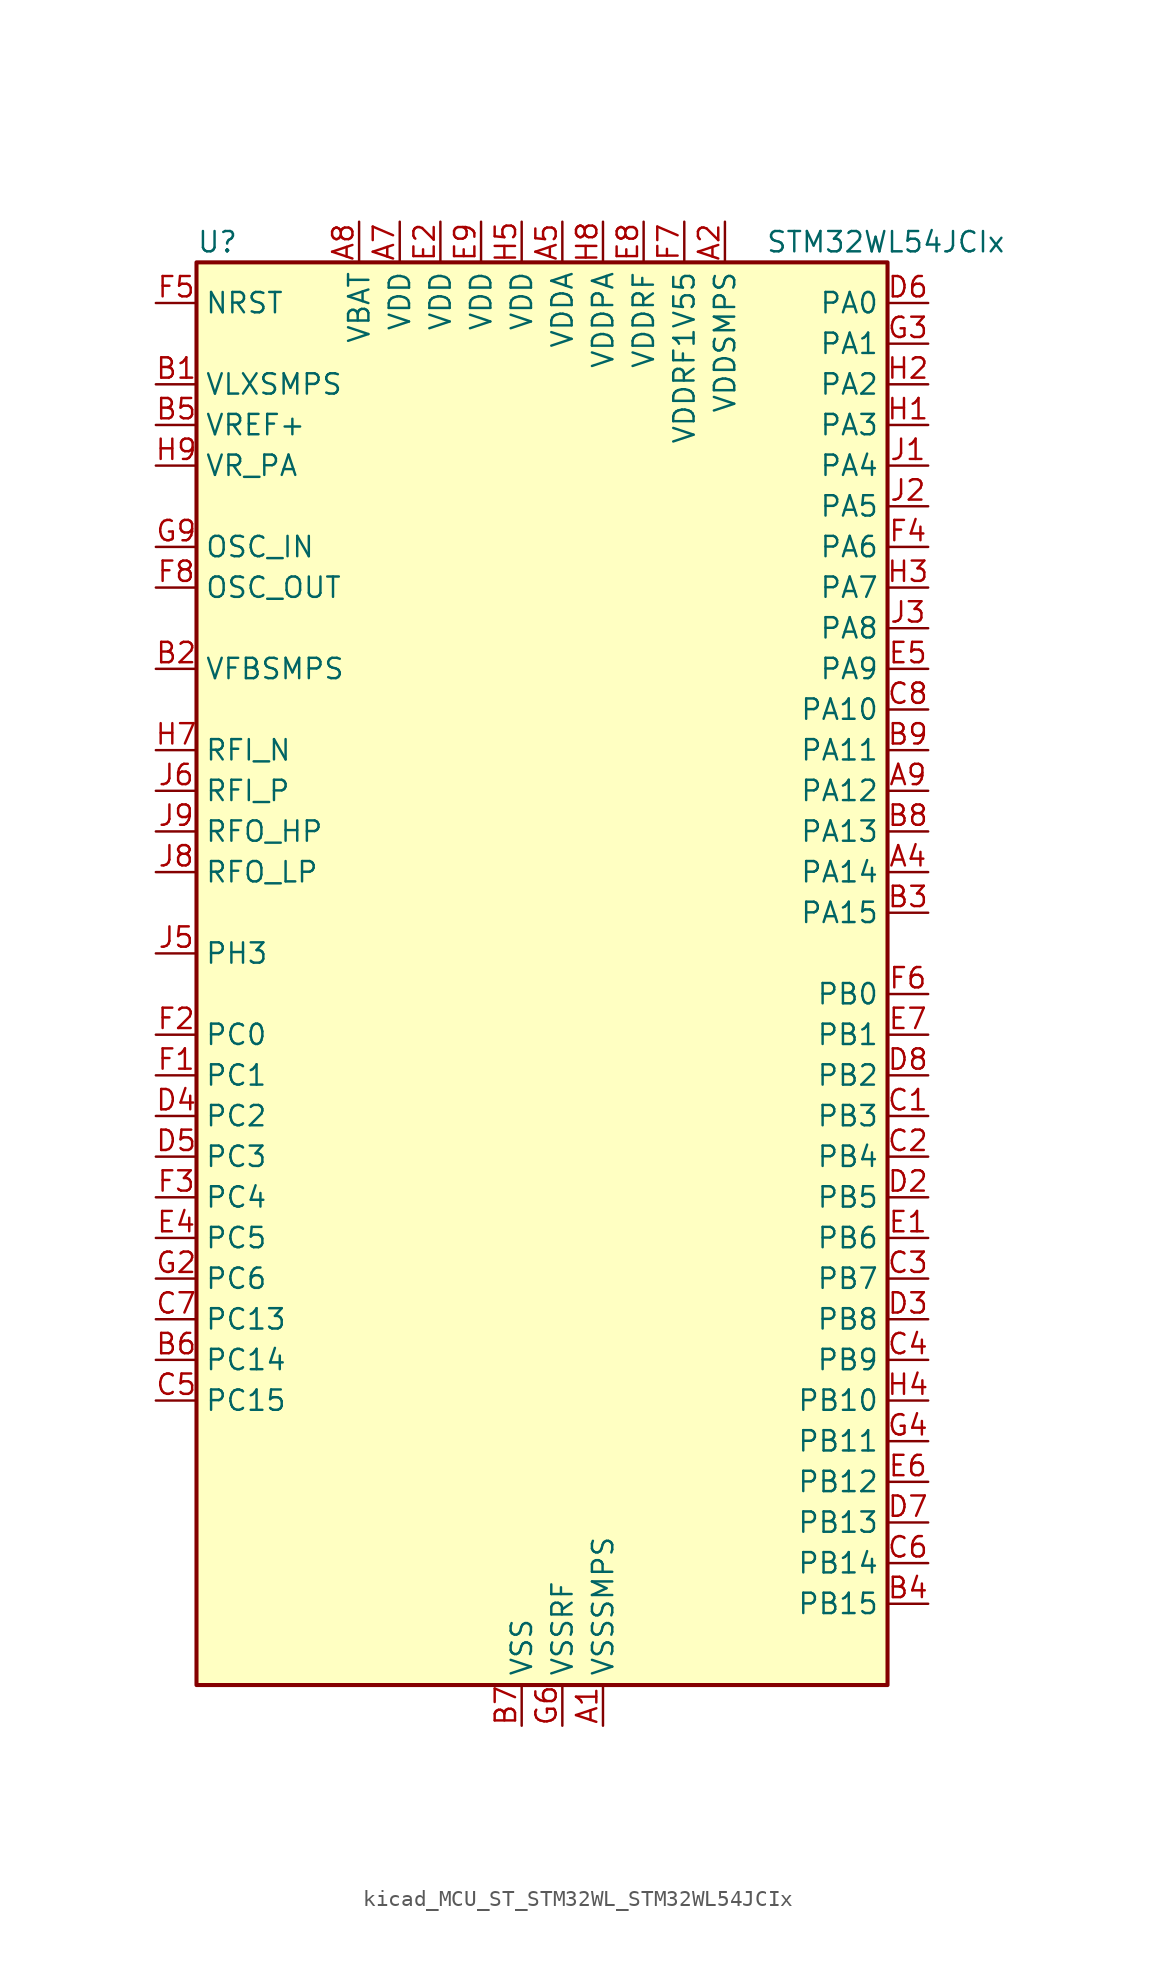
<source format=kicad_sym>
(kicad_symbol_lib
  (version 20220914)
  (generator kicad_symbol_editor)
  (symbol "kicad_MCU_ST_STM32WL_STM32WL54JCIx"
    (property "Reference" "U"
      (at -20.32 46.99 0)
      (effects (font (size 1.27 1.27)) (justify left)))
    (property "Value" "STM32WL54JCIx"
      (at 15.24 46.99 0)
      (effects (font (size 1.27 1.27)) (justify left)))
    (property "ki_locked" ""
      (at 0 0 0)
      (effects (font (size 1.27 1.27))))
    (symbol "kicad_MCU_ST_STM32WL_STM32WL54JCIx_0_1"
      (rectangle (start -20.32 -43.18) (end 22.86 45.72) (stroke (width 0.254) (type default)) (fill (type background))))
    (symbol "kicad_MCU_ST_STM32WL_STM32WL54JCIx_1_1"
      (pin power_in line (at 5.08 -45.72 90) (length 2.54) (name "VSSSMPS" (effects (font (size 1.27 1.27)))) (number "A1" (effects (font (size 1.27 1.27)))))
      (pin power_in line (at 12.7 48.26 270) (length 2.54) (name "VDDSMPS" (effects (font (size 1.27 1.27)))) (number "A2" (effects (font (size 1.27 1.27)))))
      (pin bidirectional line (at 25.4 7.62 180) (length 2.54) (name "PA14" (effects (font (size 1.27 1.27)))) (number "A4" (effects (font (size 1.27 1.27)))) (alternate "ADC_IN10" bidirectional line) (alternate "DEBUG_JTCK-SWCLK" bidirectional line) (alternate "I2C1_SMBA" bidirectional line) (alternate "LPTIM1_OUT" bidirectional line))
      (pin power_in line (at 2.54 48.26 270) (length 2.54) (name "VDDA" (effects (font (size 1.27 1.27)))) (number "A5" (effects (font (size 1.27 1.27)))))
      (pin power_in line (at -7.62 48.26 270) (length 2.54) (name "VDD" (effects (font (size 1.27 1.27)))) (number "A7" (effects (font (size 1.27 1.27)))))
      (pin power_in line (at -10.16 48.26 270) (length 2.54) (name "VBAT" (effects (font (size 1.27 1.27)))) (number "A8" (effects (font (size 1.27 1.27)))))
      (pin bidirectional line (at 25.4 12.7 180) (length 2.54) (name "PA12" (effects (font (size 1.27 1.27)))) (number "A9" (effects (font (size 1.27 1.27)))) (alternate "ADC_IN8" bidirectional line) (alternate "DEBUG_RF-BUSY" bidirectional line) (alternate "I2C2_SCL" bidirectional line) (alternate "LPTIM3_IN1" bidirectional line) (alternate "SPI1_MOSI" bidirectional line) (alternate "TIM1_ETR" bidirectional line) (alternate "USART1_DE" bidirectional line) (alternate "USART1_RTS" bidirectional line))
      (pin power_in line (at -22.86 38.1 0) (length 2.54) (name "VLXSMPS" (effects (font (size 1.27 1.27)))) (number "B1" (effects (font (size 1.27 1.27)))))
      (pin input line (at -22.86 20.32 0) (length 2.54) (name "VFBSMPS" (effects (font (size 1.27 1.27)))) (number "B2" (effects (font (size 1.27 1.27)))))
      (pin bidirectional line (at 25.4 5.08 180) (length 2.54) (name "PA15" (effects (font (size 1.27 1.27)))) (number "B3" (effects (font (size 1.27 1.27)))) (alternate "ADC_IN11" bidirectional line) (alternate "COMP1_INM" bidirectional line) (alternate "COMP2_INP" bidirectional line) (alternate "DEBUG_JTDI" bidirectional line) (alternate "I2C2_SDA" bidirectional line) (alternate "SPI1_NSS" bidirectional line) (alternate "TIM2_CH1" bidirectional line) (alternate "TIM2_ETR" bidirectional line))
      (pin bidirectional line (at 25.4 -38.1 180) (length 2.54) (name "PB15" (effects (font (size 1.27 1.27)))) (number "B4" (effects (font (size 1.27 1.27)))) (alternate "I2C2_SCL" bidirectional line) (alternate "I2S2_SD" bidirectional line) (alternate "SPI2_MOSI" bidirectional line) (alternate "TIM1_CH3N" bidirectional line))
      (pin input line (at -22.86 35.56 0) (length 2.54) (name "VREF+" (effects (font (size 1.27 1.27)))) (number "B5" (effects (font (size 1.27 1.27)))) (alternate "VREFBUF_OUT" bidirectional line))
      (pin bidirectional line (at -22.86 -22.86 0) (length 2.54) (name "PC14" (effects (font (size 1.27 1.27)))) (number "B6" (effects (font (size 1.27 1.27)))) (alternate "RCC_OSC32_IN" bidirectional line))
      (pin power_in line (at 0 -45.72 90) (length 2.54) (name "VSS" (effects (font (size 1.27 1.27)))) (number "B7" (effects (font (size 1.27 1.27)))))
      (pin bidirectional line (at 25.4 10.16 180) (length 2.54) (name "PA13" (effects (font (size 1.27 1.27)))) (number "B8" (effects (font (size 1.27 1.27)))) (alternate "ADC_IN9" bidirectional line) (alternate "DEBUG_JTMS-SWDIO" bidirectional line) (alternate "I2C2_SMBA" bidirectional line) (alternate "IR_OUT" bidirectional line))
      (pin bidirectional line (at 25.4 15.24 180) (length 2.54) (name "PA11" (effects (font (size 1.27 1.27)))) (number "B9" (effects (font (size 1.27 1.27)))) (alternate "ADC_EXTI11" bidirectional line) (alternate "ADC_IN7" bidirectional line) (alternate "COMP1_INM" bidirectional line) (alternate "COMP2_INM" bidirectional line) (alternate "DEBUG_RF-NRESET" bidirectional line) (alternate "I2C2_SDA" bidirectional line) (alternate "LPTIM3_ETR" bidirectional line) (alternate "SPI1_MISO" bidirectional line) (alternate "TIM1_BKIN2" bidirectional line) (alternate "TIM1_CH4" bidirectional line) (alternate "USART1_CTS" bidirectional line) (alternate "USART1_NSS" bidirectional line))
      (pin bidirectional line (at 25.4 -7.62 180) (length 2.54) (name "PB3" (effects (font (size 1.27 1.27)))) (number "C1" (effects (font (size 1.27 1.27)))) (alternate "ADC_IN2" bidirectional line) (alternate "COMP1_INM" bidirectional line) (alternate "COMP2_INM" bidirectional line) (alternate "DEBUG_JTDO-SWO" bidirectional line) (alternate "DEBUG_RF-DTB1" bidirectional line) (alternate "PWR_WKUP3" bidirectional line) (alternate "RTC_TAMP_IN3" bidirectional line) (alternate "SPI1_SCK" bidirectional line) (alternate "TIM2_CH2" bidirectional line) (alternate "USART1_DE" bidirectional line) (alternate "USART1_RTS" bidirectional line))
      (pin bidirectional line (at 25.4 -10.16 180) (length 2.54) (name "PB4" (effects (font (size 1.27 1.27)))) (number "C2" (effects (font (size 1.27 1.27)))) (alternate "ADC_IN3" bidirectional line) (alternate "COMP1_INP" bidirectional line) (alternate "COMP2_INP" bidirectional line) (alternate "DEBUG_JTRST" bidirectional line) (alternate "DEBUG_RF-LDORDY" bidirectional line) (alternate "I2C3_SDA" bidirectional line) (alternate "SPI1_MISO" bidirectional line) (alternate "TIM17_BKIN" bidirectional line) (alternate "USART1_CTS" bidirectional line) (alternate "USART1_NSS" bidirectional line))
      (pin bidirectional line (at 25.4 -17.78 180) (length 2.54) (name "PB7" (effects (font (size 1.27 1.27)))) (number "C3" (effects (font (size 1.27 1.27)))) (alternate "I2C1_SDA" bidirectional line) (alternate "LPTIM1_IN2" bidirectional line) (alternate "PWR_PVD_IN" bidirectional line) (alternate "TIM17_CH1N" bidirectional line) (alternate "TIM1_BKIN" bidirectional line) (alternate "USART1_RX" bidirectional line))
      (pin bidirectional line (at 25.4 -22.86 180) (length 2.54) (name "PB9" (effects (font (size 1.27 1.27)))) (number "C4" (effects (font (size 1.27 1.27)))) (alternate "DAC_EXTI9" bidirectional line) (alternate "I2C1_SDA" bidirectional line) (alternate "I2S2_WS" bidirectional line) (alternate "IR_OUT" bidirectional line) (alternate "SPI2_NSS" bidirectional line) (alternate "TIM17_CH1" bidirectional line) (alternate "TIM1_CH3N" bidirectional line))
      (pin bidirectional line (at -22.86 -25.4 0) (length 2.54) (name "PC15" (effects (font (size 1.27 1.27)))) (number "C5" (effects (font (size 1.27 1.27)))) (alternate "RCC_OSC32_OUT" bidirectional line))
      (pin bidirectional line (at 25.4 -35.56 180) (length 2.54) (name "PB14" (effects (font (size 1.27 1.27)))) (number "C6" (effects (font (size 1.27 1.27)))) (alternate "ADC_IN1" bidirectional line) (alternate "I2C3_SDA" bidirectional line) (alternate "I2S2_MCK" bidirectional line) (alternate "SPI2_MISO" bidirectional line) (alternate "TIM1_CH2N" bidirectional line))
      (pin bidirectional line (at -22.86 -20.32 0) (length 2.54) (name "PC13" (effects (font (size 1.27 1.27)))) (number "C7" (effects (font (size 1.27 1.27)))) (alternate "PWR_WKUP2" bidirectional line) (alternate "RTC_OUT1" bidirectional line) (alternate "RTC_TAMP_IN1" bidirectional line) (alternate "RTC_TS" bidirectional line))
      (pin bidirectional line (at 25.4 17.78 180) (length 2.54) (name "PA10" (effects (font (size 1.27 1.27)))) (number "C8" (effects (font (size 1.27 1.27)))) (alternate "ADC_IN6" bidirectional line) (alternate "COMP1_INM" bidirectional line) (alternate "COMP2_INM" bidirectional line) (alternate "DAC_OUT1" bidirectional line) (alternate "DEBUG_RF-HSE32RDY" bidirectional line) (alternate "I2C1_SDA" bidirectional line) (alternate "I2S2_SD" bidirectional line) (alternate "RTC_REFIN" bidirectional line) (alternate "SPI2_MOSI" bidirectional line) (alternate "TIM17_BKIN" bidirectional line) (alternate "TIM1_CH3" bidirectional line) (alternate "USART1_RX" bidirectional line))
      (pin bidirectional line (at 25.4 -12.7 180) (length 2.54) (name "PB5" (effects (font (size 1.27 1.27)))) (number "D2" (effects (font (size 1.27 1.27)))) (alternate "COMP2_OUT" bidirectional line) (alternate "I2C1_SMBA" bidirectional line) (alternate "LPTIM1_IN1" bidirectional line) (alternate "SPI1_MOSI" bidirectional line) (alternate "TIM16_BKIN" bidirectional line) (alternate "USART1_CK" bidirectional line))
      (pin bidirectional line (at 25.4 -20.32 180) (length 2.54) (name "PB8" (effects (font (size 1.27 1.27)))) (number "D3" (effects (font (size 1.27 1.27)))) (alternate "I2C1_SCL" bidirectional line) (alternate "TIM16_CH1" bidirectional line) (alternate "TIM1_CH2N" bidirectional line))
      (pin bidirectional line (at -22.86 -7.62 0) (length 2.54) (name "PC2" (effects (font (size 1.27 1.27)))) (number "D4" (effects (font (size 1.27 1.27)))) (alternate "LPTIM1_IN2" bidirectional line) (alternate "SPI2_MISO" bidirectional line))
      (pin bidirectional line (at -22.86 -10.16 0) (length 2.54) (name "PC3" (effects (font (size 1.27 1.27)))) (number "D5" (effects (font (size 1.27 1.27)))) (alternate "I2S2_SD" bidirectional line) (alternate "LPTIM1_ETR" bidirectional line) (alternate "LPTIM2_ETR" bidirectional line) (alternate "SPI2_MOSI" bidirectional line))
      (pin bidirectional line (at 25.4 43.18 180) (length 2.54) (name "PA0" (effects (font (size 1.27 1.27)))) (number "D6" (effects (font (size 1.27 1.27)))) (alternate "COMP1_OUT" bidirectional line) (alternate "DEBUG_PWR-REGLP1S" bidirectional line) (alternate "I2C3_SMBA" bidirectional line) (alternate "I2S_CKIN" bidirectional line) (alternate "PWR_WKUP1" bidirectional line) (alternate "RTC_TAMP_IN2" bidirectional line) (alternate "TIM2_CH1" bidirectional line) (alternate "TIM2_ETR" bidirectional line) (alternate "USART2_CTS" bidirectional line) (alternate "USART2_NSS" bidirectional line))
      (pin bidirectional line (at 25.4 -33.02 180) (length 2.54) (name "PB13" (effects (font (size 1.27 1.27)))) (number "D7" (effects (font (size 1.27 1.27)))) (alternate "ADC_IN0" bidirectional line) (alternate "I2C3_SCL" bidirectional line) (alternate "I2S2_CK" bidirectional line) (alternate "LPUART1_CTS" bidirectional line) (alternate "SPI2_SCK" bidirectional line) (alternate "TIM1_CH1N" bidirectional line))
      (pin bidirectional line (at 25.4 -5.08 180) (length 2.54) (name "PB2" (effects (font (size 1.27 1.27)))) (number "D8" (effects (font (size 1.27 1.27)))) (alternate "ADC_IN4" bidirectional line) (alternate "COMP1_INP" bidirectional line) (alternate "COMP2_INM" bidirectional line) (alternate "DEBUG_RF-SMPSRDY" bidirectional line) (alternate "I2C3_SMBA" bidirectional line) (alternate "LPTIM1_OUT" bidirectional line) (alternate "SPI1_NSS" bidirectional line))
      (pin passive line (at 0 -45.72 90) (length 2.54) hide (name "VSS" (effects (font (size 1.27 1.27)))) (number "D9" (effects (font (size 1.27 1.27)))))
      (pin bidirectional line (at 25.4 -15.24 180) (length 2.54) (name "PB6" (effects (font (size 1.27 1.27)))) (number "E1" (effects (font (size 1.27 1.27)))) (alternate "I2C1_SCL" bidirectional line) (alternate "LPTIM1_ETR" bidirectional line) (alternate "TIM16_CH1N" bidirectional line) (alternate "USART1_TX" bidirectional line))
      (pin power_in line (at -5.08 48.26 270) (length 2.54) (name "VDD" (effects (font (size 1.27 1.27)))) (number "E2" (effects (font (size 1.27 1.27)))))
      (pin passive line (at 0 -45.72 90) (length 2.54) hide (name "VSS" (effects (font (size 1.27 1.27)))) (number "E3" (effects (font (size 1.27 1.27)))))
      (pin bidirectional line (at -22.86 -15.24 0) (length 2.54) (name "PC5" (effects (font (size 1.27 1.27)))) (number "E4" (effects (font (size 1.27 1.27)))))
      (pin bidirectional line (at 25.4 20.32 180) (length 2.54) (name "PA9" (effects (font (size 1.27 1.27)))) (number "E5" (effects (font (size 1.27 1.27)))) (alternate "DAC_EXTI9" bidirectional line) (alternate "I2C1_SCL" bidirectional line) (alternate "I2S2_CK" bidirectional line) (alternate "I2S2_WS" bidirectional line) (alternate "SPI2_NSS" bidirectional line) (alternate "SPI2_SCK" bidirectional line) (alternate "TIM1_CH2" bidirectional line) (alternate "USART1_TX" bidirectional line))
      (pin bidirectional line (at 25.4 -30.48 180) (length 2.54) (name "PB12" (effects (font (size 1.27 1.27)))) (number "E6" (effects (font (size 1.27 1.27)))) (alternate "I2C3_SMBA" bidirectional line) (alternate "I2S2_WS" bidirectional line) (alternate "LPUART1_RTS" bidirectional line) (alternate "SPI2_NSS" bidirectional line) (alternate "TIM1_BKIN" bidirectional line))
      (pin bidirectional line (at 25.4 -2.54 180) (length 2.54) (name "PB1" (effects (font (size 1.27 1.27)))) (number "E7" (effects (font (size 1.27 1.27)))) (alternate "ADC_IN5" bidirectional line) (alternate "COMP2_INP" bidirectional line) (alternate "LPTIM2_IN1" bidirectional line) (alternate "LPUART1_DE" bidirectional line) (alternate "LPUART1_RTS" bidirectional line))
      (pin power_in line (at 7.62 48.26 270) (length 2.54) (name "VDDRF" (effects (font (size 1.27 1.27)))) (number "E8" (effects (font (size 1.27 1.27)))))
      (pin power_in line (at -2.54 48.26 270) (length 2.54) (name "VDD" (effects (font (size 1.27 1.27)))) (number "E9" (effects (font (size 1.27 1.27)))))
      (pin bidirectional line (at -22.86 -5.08 0) (length 2.54) (name "PC1" (effects (font (size 1.27 1.27)))) (number "F1" (effects (font (size 1.27 1.27)))) (alternate "I2C3_SDA" bidirectional line) (alternate "I2S2_SD" bidirectional line) (alternate "LPTIM1_OUT" bidirectional line) (alternate "LPUART1_TX" bidirectional line) (alternate "SPI2_MOSI" bidirectional line))
      (pin bidirectional line (at -22.86 -2.54 0) (length 2.54) (name "PC0" (effects (font (size 1.27 1.27)))) (number "F2" (effects (font (size 1.27 1.27)))) (alternate "I2C3_SCL" bidirectional line) (alternate "LPTIM1_IN1" bidirectional line) (alternate "LPTIM2_IN1" bidirectional line) (alternate "LPUART1_RX" bidirectional line))
      (pin bidirectional line (at -22.86 -12.7 0) (length 2.54) (name "PC4" (effects (font (size 1.27 1.27)))) (number "F3" (effects (font (size 1.27 1.27)))))
      (pin bidirectional line (at 25.4 27.94 180) (length 2.54) (name "PA6" (effects (font (size 1.27 1.27)))) (number "F4" (effects (font (size 1.27 1.27)))) (alternate "DEBUG_SUBGHZSPI-MISOOUT" bidirectional line) (alternate "I2C2_SMBA" bidirectional line) (alternate "LPUART1_CTS" bidirectional line) (alternate "SPI1_MISO" bidirectional line) (alternate "TIM16_CH1" bidirectional line) (alternate "TIM1_BKIN" bidirectional line))
      (pin input line (at -22.86 43.18 0) (length 2.54) (name "NRST" (effects (font (size 1.27 1.27)))) (number "F5" (effects (font (size 1.27 1.27)))))
      (pin bidirectional line (at 25.4 0 180) (length 2.54) (name "PB0" (effects (font (size 1.27 1.27)))) (number "F6" (effects (font (size 1.27 1.27)))) (alternate "COMP1_OUT" bidirectional line) (alternate "VDDTCXO" bidirectional line))
      (pin power_in line (at 10.16 48.26 270) (length 2.54) (name "VDDRF1V55" (effects (font (size 1.27 1.27)))) (number "F7" (effects (font (size 1.27 1.27)))))
      (pin input line (at -22.86 25.4 0) (length 2.54) (name "OSC_OUT" (effects (font (size 1.27 1.27)))) (number "F8" (effects (font (size 1.27 1.27)))) (alternate "RCC_OSC_OUT" bidirectional line))
      (pin bidirectional line (at -22.86 -17.78 0) (length 2.54) (name "PC6" (effects (font (size 1.27 1.27)))) (number "G2" (effects (font (size 1.27 1.27)))) (alternate "I2S2_MCK" bidirectional line))
      (pin bidirectional line (at 25.4 40.64 180) (length 2.54) (name "PA1" (effects (font (size 1.27 1.27)))) (number "G3" (effects (font (size 1.27 1.27)))) (alternate "DEBUG_PWR-REGLP2S" bidirectional line) (alternate "I2C1_SMBA" bidirectional line) (alternate "LPTIM3_OUT" bidirectional line) (alternate "LPUART1_RTS" bidirectional line) (alternate "SPI1_SCK" bidirectional line) (alternate "TIM2_CH2" bidirectional line) (alternate "USART2_DE" bidirectional line) (alternate "USART2_RTS" bidirectional line))
      (pin bidirectional line (at 25.4 -27.94 180) (length 2.54) (name "PB11" (effects (font (size 1.27 1.27)))) (number "G4" (effects (font (size 1.27 1.27)))) (alternate "ADC_EXTI11" bidirectional line) (alternate "COMP2_OUT" bidirectional line) (alternate "I2C3_SDA" bidirectional line) (alternate "LPUART1_TX" bidirectional line) (alternate "TIM2_CH4" bidirectional line))
      (pin passive line (at 0 -45.72 90) (length 2.54) hide (name "VSS" (effects (font (size 1.27 1.27)))) (number "G5" (effects (font (size 1.27 1.27)))))
      (pin power_in line (at 2.54 -45.72 90) (length 2.54) (name "VSSRF" (effects (font (size 1.27 1.27)))) (number "G6" (effects (font (size 1.27 1.27)))))
      (pin passive line (at 2.54 -45.72 90) (length 2.54) hide (name "VSSRF" (effects (font (size 1.27 1.27)))) (number "G7" (effects (font (size 1.27 1.27)))))
      (pin passive line (at 2.54 -45.72 90) (length 2.54) hide (name "VSSRF" (effects (font (size 1.27 1.27)))) (number "G8" (effects (font (size 1.27 1.27)))))
      (pin input line (at -22.86 27.94 0) (length 2.54) (name "OSC_IN" (effects (font (size 1.27 1.27)))) (number "G9" (effects (font (size 1.27 1.27)))) (alternate "RCC_OSC_IN" bidirectional line))
      (pin bidirectional line (at 25.4 35.56 180) (length 2.54) (name "PA3" (effects (font (size 1.27 1.27)))) (number "H1" (effects (font (size 1.27 1.27)))) (alternate "I2S2_MCK" bidirectional line) (alternate "LPUART1_RX" bidirectional line) (alternate "TIM2_CH4" bidirectional line) (alternate "USART2_RX" bidirectional line))
      (pin bidirectional line (at 25.4 38.1 180) (length 2.54) (name "PA2" (effects (font (size 1.27 1.27)))) (number "H2" (effects (font (size 1.27 1.27)))) (alternate "COMP2_OUT" bidirectional line) (alternate "DEBUG_PWR-LDORDY" bidirectional line) (alternate "LPUART1_TX" bidirectional line) (alternate "RCC_LSCO" bidirectional line) (alternate "TIM2_CH3" bidirectional line) (alternate "USART2_TX" bidirectional line))
      (pin bidirectional line (at 25.4 25.4 180) (length 2.54) (name "PA7" (effects (font (size 1.27 1.27)))) (number "H3" (effects (font (size 1.27 1.27)))) (alternate "COMP2_OUT" bidirectional line) (alternate "DEBUG_SUBGHZSPI-MOSIOUT" bidirectional line) (alternate "I2C3_SCL" bidirectional line) (alternate "SPI1_MOSI" bidirectional line) (alternate "TIM17_CH1" bidirectional line) (alternate "TIM1_CH1N" bidirectional line))
      (pin bidirectional line (at 25.4 -25.4 180) (length 2.54) (name "PB10" (effects (font (size 1.27 1.27)))) (number "H4" (effects (font (size 1.27 1.27)))) (alternate "COMP1_OUT" bidirectional line) (alternate "I2C3_SCL" bidirectional line) (alternate "I2S2_CK" bidirectional line) (alternate "LPUART1_RX" bidirectional line) (alternate "SPI2_SCK" bidirectional line) (alternate "TIM2_CH3" bidirectional line))
      (pin power_in line (at 0 48.26 270) (length 2.54) (name "VDD" (effects (font (size 1.27 1.27)))) (number "H5" (effects (font (size 1.27 1.27)))))
      (pin passive line (at 2.54 -45.72 90) (length 2.54) hide (name "VSSRF" (effects (font (size 1.27 1.27)))) (number "H6" (effects (font (size 1.27 1.27)))))
      (pin bidirectional line (at -22.86 15.24 0) (length 2.54) (name "RFI_N" (effects (font (size 1.27 1.27)))) (number "H7" (effects (font (size 1.27 1.27)))))
      (pin power_in line (at 5.08 48.26 270) (length 2.54) (name "VDDPA" (effects (font (size 1.27 1.27)))) (number "H8" (effects (font (size 1.27 1.27)))))
      (pin power_in line (at -22.86 33.02 0) (length 2.54) (name "VR_PA" (effects (font (size 1.27 1.27)))) (number "H9" (effects (font (size 1.27 1.27)))))
      (pin bidirectional line (at 25.4 33.02 180) (length 2.54) (name "PA4" (effects (font (size 1.27 1.27)))) (number "J1" (effects (font (size 1.27 1.27)))) (alternate "DEBUG_SUBGHZSPI-NSSOUT" bidirectional line) (alternate "LPTIM1_OUT" bidirectional line) (alternate "LPTIM2_OUT" bidirectional line) (alternate "RTC_OUT2" bidirectional line) (alternate "SPI1_NSS" bidirectional line) (alternate "USART2_CK" bidirectional line))
      (pin bidirectional line (at 25.4 30.48 180) (length 2.54) (name "PA5" (effects (font (size 1.27 1.27)))) (number "J2" (effects (font (size 1.27 1.27)))) (alternate "DEBUG_SUBGHZSPI-SCKOUT" bidirectional line) (alternate "LPTIM2_ETR" bidirectional line) (alternate "SPI1_SCK" bidirectional line) (alternate "SPI2_MISO" bidirectional line) (alternate "TIM2_CH1" bidirectional line) (alternate "TIM2_ETR" bidirectional line))
      (pin bidirectional line (at 25.4 22.86 180) (length 2.54) (name "PA8" (effects (font (size 1.27 1.27)))) (number "J3" (effects (font (size 1.27 1.27)))) (alternate "I2S2_CK" bidirectional line) (alternate "LPTIM2_OUT" bidirectional line) (alternate "RCC_MCO" bidirectional line) (alternate "SPI2_SCK" bidirectional line) (alternate "TIM1_CH1" bidirectional line) (alternate "USART1_CK" bidirectional line))
      (pin bidirectional line (at -22.86 2.54 0) (length 2.54) (name "PH3" (effects (font (size 1.27 1.27)))) (number "J5" (effects (font (size 1.27 1.27)))))
      (pin bidirectional line (at -22.86 12.7 0) (length 2.54) (name "RFI_P" (effects (font (size 1.27 1.27)))) (number "J6" (effects (font (size 1.27 1.27)))))
      (pin bidirectional line (at -22.86 7.62 0) (length 2.54) (name "RFO_LP" (effects (font (size 1.27 1.27)))) (number "J8" (effects (font (size 1.27 1.27)))))
      (pin bidirectional line (at -22.86 10.16 0) (length 2.54) (name "RFO_HP" (effects (font (size 1.27 1.27)))) (number "J9" (effects (font (size 1.27 1.27))))))))
</source>
